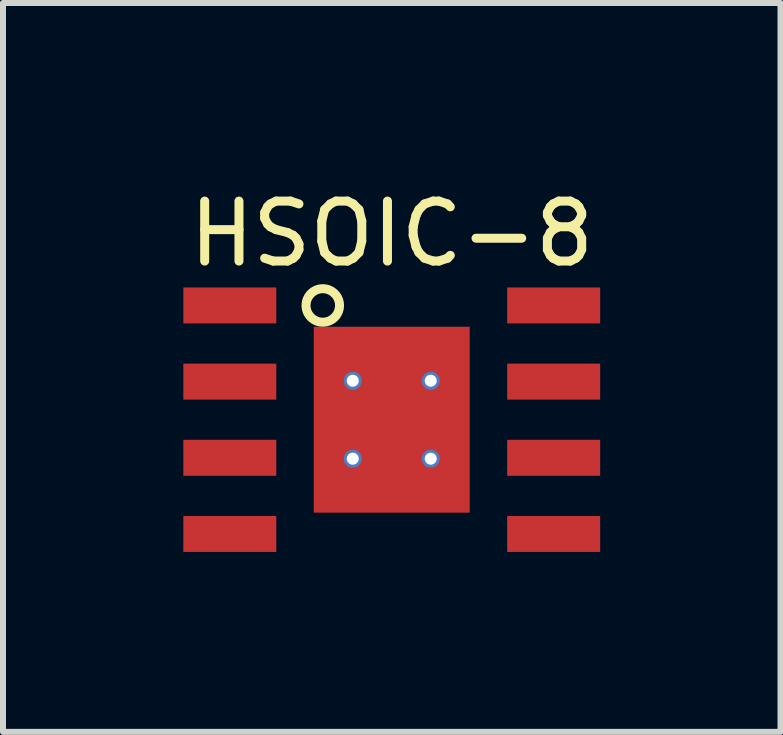
<source format=kicad_pcb>
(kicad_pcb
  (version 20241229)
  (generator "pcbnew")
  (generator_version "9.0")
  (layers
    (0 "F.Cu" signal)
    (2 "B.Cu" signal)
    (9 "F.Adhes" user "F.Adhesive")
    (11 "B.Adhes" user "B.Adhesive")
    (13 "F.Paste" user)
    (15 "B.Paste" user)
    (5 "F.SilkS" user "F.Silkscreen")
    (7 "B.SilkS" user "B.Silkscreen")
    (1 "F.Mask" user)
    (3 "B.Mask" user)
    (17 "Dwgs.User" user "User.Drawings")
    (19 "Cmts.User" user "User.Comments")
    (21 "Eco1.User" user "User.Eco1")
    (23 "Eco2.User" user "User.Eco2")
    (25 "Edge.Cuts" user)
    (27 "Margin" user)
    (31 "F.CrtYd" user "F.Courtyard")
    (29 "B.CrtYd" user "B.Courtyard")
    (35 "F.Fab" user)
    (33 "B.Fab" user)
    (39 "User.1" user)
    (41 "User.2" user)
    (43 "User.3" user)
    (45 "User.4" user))
  (footprint "HSOIC-8"
    (layer "F.Cu")
    (at 3.482 3.948)
    (property "Reference" "HSOIC-8" (at 0 -3.1 180) (layer "F.SilkS") (effects (font (size 1 1) (thickness 0.15))))
    (attr through_hole)
    (fp_circle (center -1.15 -1.905) (end -0.95 -2.1) (stroke (width 0.15) (type solid)) (fill no) (layer "F.SilkS"))
    (pad "1" smd rect (at -2.7 -1.905) (size 1.55 0.6) (layers "F.Cu" "F.Mask" "F.Paste"))
    (pad "2" smd rect (at -2.7 -0.635) (size 1.55 0.6) (layers "F.Cu" "F.Mask" "F.Paste"))
    (pad "3" smd rect (at -2.7 0.635) (size 1.55 0.6) (layers "F.Cu" "F.Mask" "F.Paste"))
    (pad "4" smd rect (at -2.7 1.905) (size 1.55 0.6) (layers "F.Cu" "F.Mask" "F.Paste"))
    (pad "5" smd rect (at 2.7 1.905) (size 1.55 0.6) (layers "F.Cu" "F.Mask" "F.Paste"))
    (pad "6" smd rect (at 2.7 0.635) (size 1.55 0.6) (layers "F.Cu" "F.Mask" "F.Paste"))
    (pad "7" smd rect (at 2.7 -0.635) (size 1.55 0.6) (layers "F.Cu" "F.Mask" "F.Paste"))
    (pad "8" smd rect (at 2.7 -1.905) (size 1.55 0.6) (layers "F.Cu" "F.Mask" "F.Paste"))
    (pad "9" thru_hole circle (at -0.65 -0.65) (size 0.3 0.3) (drill 0.2) (layers "*.Cu" "*.Mask"))
    (pad "9" thru_hole circle (at -0.65 0.65) (size 0.3 0.3) (drill 0.2) (layers "*.Cu" "*.Mask"))
    (pad "9" smd rect (at 0 0) (size 2.6 3.1) (layers "F.Cu" "F.Mask" "F.Paste"))
    (pad "9" thru_hole circle (at 0.65 -0.65) (size 0.3 0.3) (drill 0.2) (layers "*.Cu" "*.Mask"))
    (pad "9" thru_hole circle (at 0.65 0.65) (size 0.3 0.3) (drill 0.2) (layers "*.Cu" "*.Mask")))
  (gr_rect
    (start -3 -3)
    (end 9.964 9.153)
    (stroke (width 0.1) (type default))
    (fill no)
    (layer "Edge.Cuts")))
</source>
